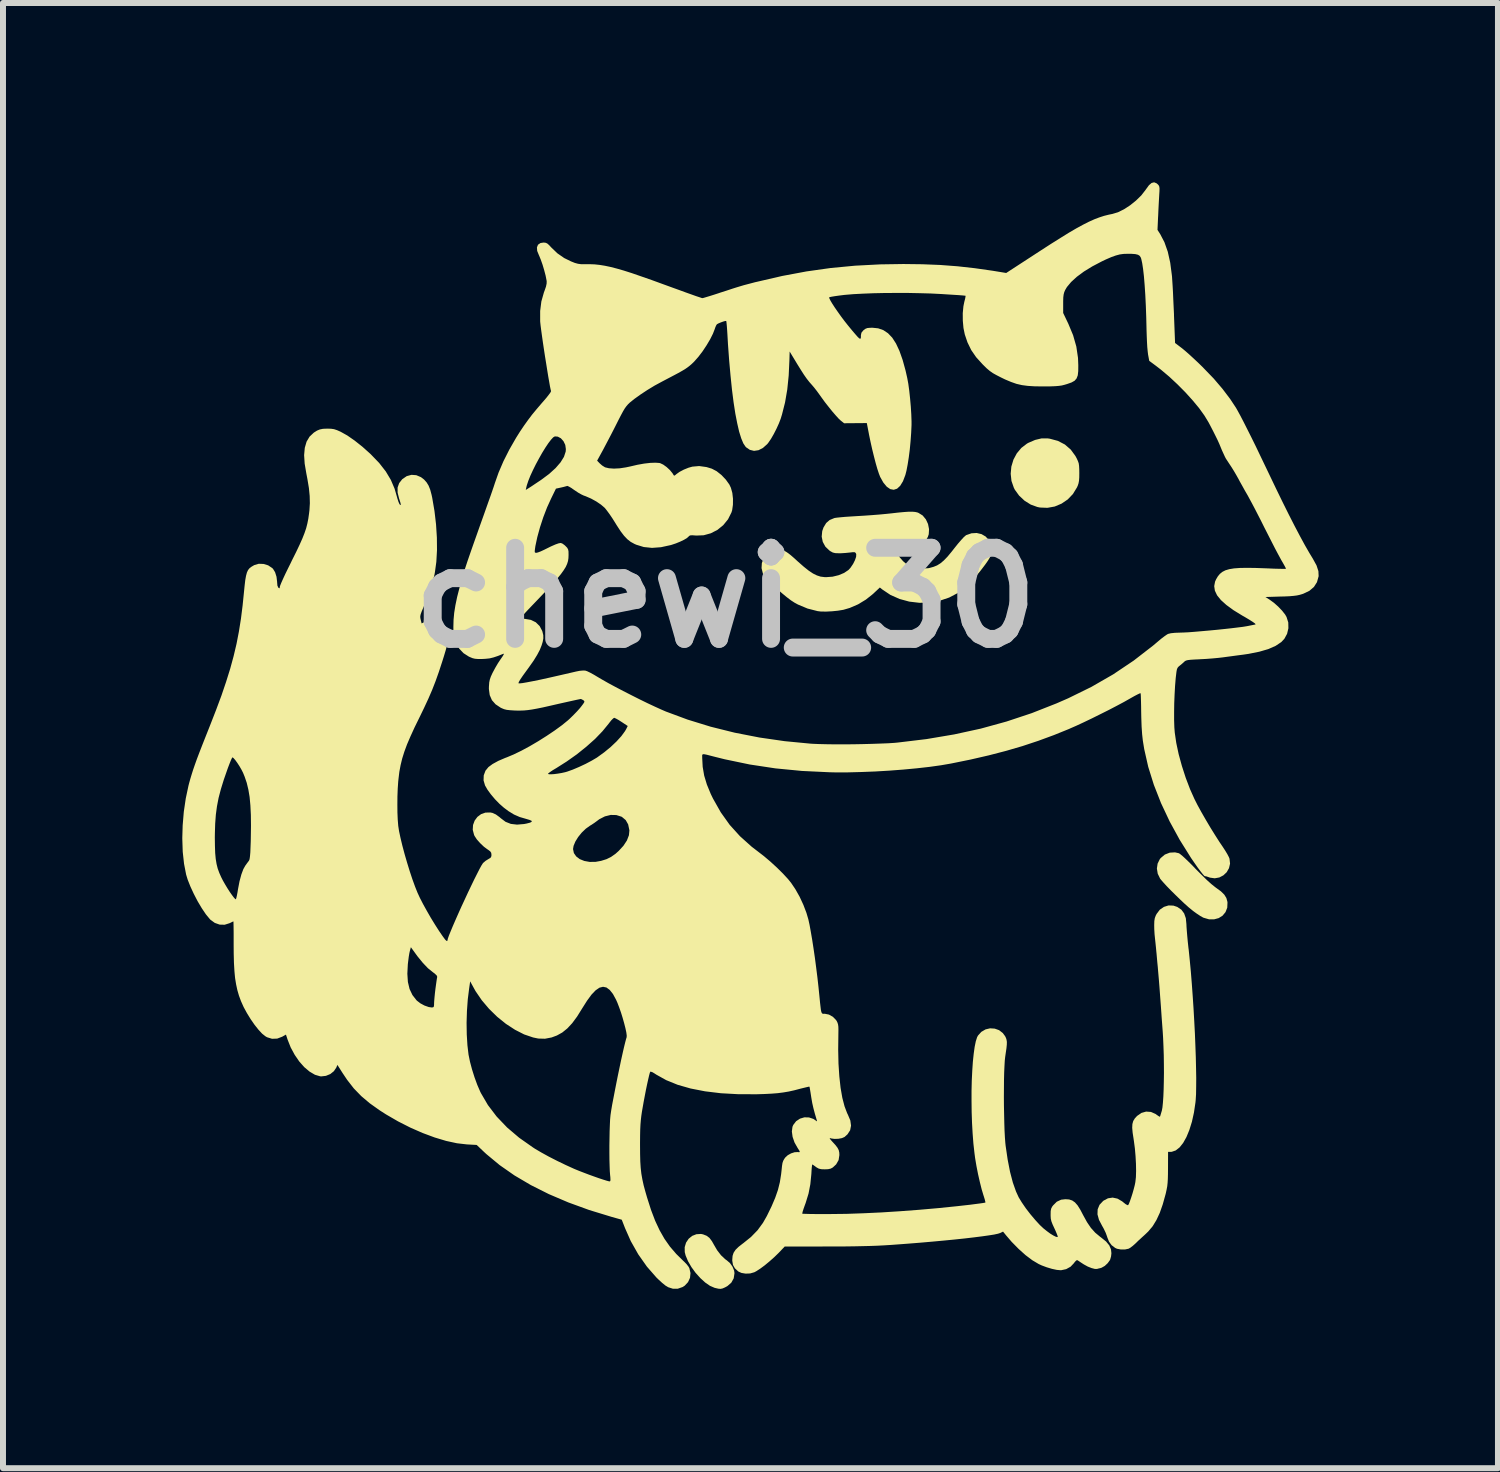
<source format=kicad_pcb>
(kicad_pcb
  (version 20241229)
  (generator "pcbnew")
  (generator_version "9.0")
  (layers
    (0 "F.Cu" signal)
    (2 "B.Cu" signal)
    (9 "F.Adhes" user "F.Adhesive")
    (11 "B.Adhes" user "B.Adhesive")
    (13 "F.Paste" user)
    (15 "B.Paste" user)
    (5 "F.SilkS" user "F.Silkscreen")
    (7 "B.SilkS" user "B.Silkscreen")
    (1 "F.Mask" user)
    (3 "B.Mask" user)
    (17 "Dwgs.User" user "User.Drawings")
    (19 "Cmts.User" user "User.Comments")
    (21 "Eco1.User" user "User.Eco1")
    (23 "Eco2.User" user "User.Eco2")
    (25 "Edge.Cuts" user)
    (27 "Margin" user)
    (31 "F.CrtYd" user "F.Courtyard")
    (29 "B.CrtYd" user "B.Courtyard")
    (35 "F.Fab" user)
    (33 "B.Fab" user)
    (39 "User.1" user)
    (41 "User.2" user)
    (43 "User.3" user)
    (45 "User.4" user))
  (footprint "chewi_30"
    (layer "F.Cu")
    (at 9.088 6.949)
    (property "Reference" "chewi_30" (at 0 0 0) (layer "Dwgs.User") (effects (font (size 1.524 1.524) (thickness 0.3))))
    (attr board_only exclude_from_pos_files exclude_from_bom)
    (fp_poly (pts (xy -0.376 10.652) (xy -0.317 10.675) (xy -0.269 10.711) (xy -0.227 10.767) (xy -0.195 10.824) (xy -0.14 10.918) (xy -0.075 11.002) (xy -0.006 11.067) (xy 0.023 11.088) (xy 0.074 11.132) (xy 0.117 11.193) (xy 0.144 11.258) (xy 0.15 11.301) (xy 0.137 11.388) (xy 0.097 11.46) (xy 0.032 11.517) (xy -0.008 11.539) (xy -0.049 11.557) (xy -0.083 11.564) (xy -0.12 11.561) (xy -0.172 11.549) (xy -0.184 11.546) (xy -0.26 11.513) (xy -0.341 11.457) (xy -0.423 11.382) (xy -0.501 11.295) (xy -0.57 11.2) (xy -0.627 11.102) (xy -0.667 11.007) (xy -0.682 10.949) (xy -0.683 10.866) (xy -0.66 10.79) (xy -0.617 10.726) (xy -0.559 10.678) (xy -0.488 10.65) (xy -0.411 10.645)) (stroke (width 0) (type solid)) (fill yes) (layer "F.SilkS"))
    (fp_poly (pts (xy 5.427 -2.659) (xy 5.561 -2.623) (xy 5.678 -2.562) (xy 5.776 -2.477) (xy 5.854 -2.37) (xy 5.877 -2.327) (xy 5.896 -2.285) (xy 5.909 -2.248) (xy 5.915 -2.205) (xy 5.918 -2.15) (xy 5.919 -2.085) (xy 5.918 -2.01) (xy 5.914 -1.956) (xy 5.906 -1.913) (xy 5.893 -1.874) (xy 5.88 -1.845) (xy 5.812 -1.734) (xy 5.725 -1.643) (xy 5.622 -1.573) (xy 5.508 -1.525) (xy 5.386 -1.503) (xy 5.261 -1.508) (xy 5.217 -1.517) (xy 5.107 -1.557) (xy 5.003 -1.622) (xy 4.912 -1.707) (xy 4.841 -1.805) (xy 4.824 -1.838) (xy 4.784 -1.953) (xy 4.771 -2.073) (xy 4.782 -2.193) (xy 4.817 -2.309) (xy 4.873 -2.414) (xy 4.949 -2.505) (xy 5.043 -2.577) (xy 5.066 -2.59) (xy 5.18 -2.639) (xy 5.285 -2.664) (xy 5.388 -2.665)) (stroke (width 0) (type solid)) (fill yes) (layer "F.SilkS"))
    (fp_poly (pts (xy 7.586 4.276) (xy 7.609 4.292) (xy 7.65 4.326) (xy 7.705 4.377) (xy 7.77 4.44) (xy 7.843 4.514) (xy 7.865 4.538) (xy 7.965 4.638) (xy 8.054 4.725) (xy 8.13 4.793) (xy 8.191 4.842) (xy 8.207 4.854) (xy 8.288 4.913) (xy 8.344 4.968) (xy 8.379 5.024) (xy 8.396 5.085) (xy 8.398 5.101) (xy 8.394 5.187) (xy 8.365 5.261) (xy 8.316 5.32) (xy 8.251 5.361) (xy 8.173 5.382) (xy 8.088 5.381) (xy 7.998 5.355) (xy 7.989 5.351) (xy 7.943 5.325) (xy 7.884 5.286) (xy 7.823 5.242) (xy 7.802 5.225) (xy 7.744 5.177) (xy 7.676 5.116) (xy 7.602 5.046) (xy 7.526 4.972) (xy 7.451 4.898) (xy 7.384 4.829) (xy 7.328 4.768) (xy 7.287 4.721) (xy 7.271 4.701) (xy 7.231 4.618) (xy 7.217 4.532) (xy 7.229 4.449) (xy 7.266 4.374) (xy 7.281 4.356) (xy 7.35 4.298) (xy 7.432 4.266) (xy 7.52 4.261)) (stroke (width 0) (type solid)) (fill yes) (layer "F.SilkS"))
    (fp_poly (pts (xy 7.493 5.152) (xy 7.558 5.174) (xy 7.627 5.221) (xy 7.673 5.283) (xy 7.701 5.363) (xy 7.711 5.464) (xy 7.711 5.47) (xy 7.713 5.513) (xy 7.718 5.579) (xy 7.725 5.663) (xy 7.734 5.759) (xy 7.745 5.861) (xy 7.749 5.89) (xy 7.767 6.067) (xy 7.785 6.257) (xy 7.801 6.457) (xy 7.816 6.664) (xy 7.83 6.875) (xy 7.842 7.086) (xy 7.853 7.294) (xy 7.861 7.496) (xy 7.868 7.689) (xy 7.872 7.87) (xy 7.875 8.035) (xy 7.874 8.182) (xy 7.872 8.307) (xy 7.866 8.406) (xy 7.862 8.446) (xy 7.837 8.614) (xy 7.803 8.768) (xy 7.76 8.906) (xy 7.711 9.025) (xy 7.656 9.123) (xy 7.596 9.198) (xy 7.532 9.248) (xy 7.465 9.271) (xy 7.446 9.272) (xy 7.404 9.272) (xy 7.403 9.546) (xy 7.402 9.648) (xy 7.4 9.728) (xy 7.396 9.792) (xy 7.39 9.848) (xy 7.38 9.901) (xy 7.367 9.961) (xy 7.362 9.981) (xy 7.315 10.15) (xy 7.265 10.293) (xy 7.209 10.413) (xy 7.146 10.516) (xy 7.073 10.603) (xy 7.019 10.655) (xy 6.963 10.706) (xy 6.904 10.76) (xy 6.857 10.806) (xy 6.813 10.845) (xy 6.772 10.876) (xy 6.744 10.892) (xy 6.683 10.905) (xy 6.614 10.905) (xy 6.55 10.893) (xy 6.519 10.879) (xy 6.458 10.832) (xy 6.416 10.774) (xy 6.385 10.696) (xy 6.384 10.69) (xy 6.361 10.627) (xy 6.328 10.558) (xy 6.301 10.51) (xy 6.248 10.409) (xy 6.223 10.317) (xy 6.226 10.233) (xy 6.257 10.158) (xy 6.316 10.095) (xy 6.323 10.089) (xy 6.398 10.049) (xy 6.477 10.037) (xy 6.557 10.054) (xy 6.636 10.1) (xy 6.653 10.114) (xy 6.693 10.146) (xy 6.724 10.163) (xy 6.736 10.163) (xy 6.749 10.14) (xy 6.767 10.094) (xy 6.788 10.033) (xy 6.81 9.964) (xy 6.83 9.893) (xy 6.847 9.827) (xy 6.857 9.776) (xy 6.866 9.695) (xy 6.869 9.592) (xy 6.867 9.473) (xy 6.86 9.346) (xy 6.849 9.217) (xy 6.833 9.095) (xy 6.827 9.054) (xy 6.811 8.95) (xy 6.804 8.87) (xy 6.807 8.807) (xy 6.821 8.756) (xy 6.847 8.713) (xy 6.886 8.67) (xy 6.888 8.669) (xy 6.959 8.62) (xy 7.037 8.598) (xy 7.118 8.604) (xy 7.195 8.638) (xy 7.211 8.65) (xy 7.244 8.673) (xy 7.265 8.684) (xy 7.268 8.684) (xy 7.274 8.668) (xy 7.285 8.631) (xy 7.3 8.582) (xy 7.31 8.528) (xy 7.318 8.448) (xy 7.325 8.347) (xy 7.33 8.227) (xy 7.333 8.094) (xy 7.335 7.952) (xy 7.334 7.804) (xy 7.332 7.654) (xy 7.327 7.508) (xy 7.321 7.368) (xy 7.315 7.269) (xy 7.298 7.04) (xy 7.284 6.839) (xy 7.271 6.665) (xy 7.26 6.516) (xy 7.25 6.391) (xy 7.241 6.288) (xy 7.234 6.207) (xy 7.232 6.181) (xy 7.224 6.102) (xy 7.217 6.022) (xy 7.211 5.953) (xy 7.208 5.926) (xy 7.202 5.86) (xy 7.194 5.782) (xy 7.186 5.709) (xy 7.178 5.631) (xy 7.173 5.546) (xy 7.172 5.476) (xy 7.174 5.41) (xy 7.182 5.361) (xy 7.198 5.318) (xy 7.213 5.29) (xy 7.266 5.22) (xy 7.335 5.173) (xy 7.412 5.149)) (stroke (width 0) (type solid)) (fill yes) (layer "F.SilkS"))
    (fp_poly (pts (xy 3.172 -1.434) (xy 3.209 -1.426) (xy 3.229 -1.418) (xy 3.298 -1.375) (xy 3.352 -1.31) (xy 3.388 -1.232) (xy 3.405 -1.146) (xy 3.4 -1.061) (xy 3.385 -1.016) (xy 3.362 -0.977) (xy 3.326 -0.934) (xy 3.305 -0.913) (xy 3.252 -0.875) (xy 3.19 -0.849) (xy 3.112 -0.833) (xy 3.012 -0.826) (xy 2.962 -0.825) (xy 2.905 -0.824) (xy 2.861 -0.822) (xy 2.838 -0.819) (xy 2.836 -0.817) (xy 2.842 -0.8) (xy 2.858 -0.766) (xy 2.866 -0.749) (xy 2.912 -0.677) (xy 2.971 -0.61) (xy 3.033 -0.557) (xy 3.063 -0.539) (xy 3.134 -0.513) (xy 3.221 -0.495) (xy 3.312 -0.488) (xy 3.392 -0.493) (xy 3.413 -0.497) (xy 3.481 -0.516) (xy 3.54 -0.54) (xy 3.596 -0.575) (xy 3.652 -0.622) (xy 3.713 -0.685) (xy 3.782 -0.768) (xy 3.833 -0.833) (xy 3.889 -0.903) (xy 3.941 -0.963) (xy 3.985 -1.011) (xy 4.018 -1.04) (xy 4.026 -1.046) (xy 4.115 -1.077) (xy 4.202 -1.082) (xy 4.283 -1.063) (xy 4.353 -1.022) (xy 4.407 -0.961) (xy 4.443 -0.884) (xy 4.455 -0.795) (xy 4.452 -0.756) (xy 4.442 -0.716) (xy 4.422 -0.671) (xy 4.389 -0.617) (xy 4.342 -0.55) (xy 4.278 -0.466) (xy 4.256 -0.438) (xy 4.166 -0.328) (xy 4.086 -0.24) (xy 4.01 -0.169) (xy 3.933 -0.109) (xy 3.892 -0.081) (xy 3.742 -0.002) (xy 3.581 0.052) (xy 3.413 0.082) (xy 3.243 0.086) (xy 3.074 0.066) (xy 2.912 0.022) (xy 2.759 -0.046) (xy 2.623 -0.137) (xy 2.582 -0.17) (xy 2.466 -0.061) (xy 2.349 0.032) (xy 2.217 0.112) (xy 2.078 0.172) (xy 1.972 0.203) (xy 1.881 0.218) (xy 1.781 0.228) (xy 1.683 0.233) (xy 1.596 0.232) (xy 1.54 0.225) (xy 1.372 0.182) (xy 1.212 0.115) (xy 1.155 0.084) (xy 1.095 0.045) (xy 1.025 -0.008) (xy 0.95 -0.07) (xy 0.873 -0.137) (xy 0.799 -0.205) (xy 0.733 -0.27) (xy 0.679 -0.329) (xy 0.641 -0.377) (xy 0.625 -0.404) (xy 0.603 -0.494) (xy 0.608 -0.579) (xy 0.636 -0.655) (xy 0.684 -0.72) (xy 0.749 -0.767) (xy 0.828 -0.795) (xy 0.917 -0.798) (xy 0.951 -0.793) (xy 0.98 -0.784) (xy 1.01 -0.77) (xy 1.046 -0.746) (xy 1.091 -0.711) (xy 1.15 -0.66) (xy 1.211 -0.604) (xy 1.309 -0.518) (xy 1.392 -0.452) (xy 1.464 -0.404) (xy 1.529 -0.372) (xy 1.591 -0.352) (xy 1.656 -0.344) (xy 1.683 -0.343) (xy 1.791 -0.351) (xy 1.893 -0.376) (xy 1.984 -0.414) (xy 2.057 -0.463) (xy 2.09 -0.499) (xy 2.134 -0.564) (xy 2.166 -0.628) (xy 2.185 -0.684) (xy 2.187 -0.726) (xy 2.185 -0.734) (xy 2.174 -0.752) (xy 2.159 -0.761) (xy 2.13 -0.761) (xy 2.08 -0.755) (xy 2.079 -0.755) (xy 2.009 -0.748) (xy 1.932 -0.743) (xy 1.895 -0.743) (xy 1.837 -0.745) (xy 1.795 -0.755) (xy 1.755 -0.777) (xy 1.739 -0.788) (xy 1.671 -0.853) (xy 1.627 -0.933) (xy 1.609 -1.021) (xy 1.618 -1.114) (xy 1.639 -1.174) (xy 1.684 -1.249) (xy 1.742 -1.299) (xy 1.819 -1.331) (xy 1.831 -1.334) (xy 1.867 -1.339) (xy 1.926 -1.345) (xy 2.004 -1.352) (xy 2.095 -1.358) (xy 2.192 -1.364) (xy 2.208 -1.365) (xy 2.324 -1.372) (xy 2.451 -1.381) (xy 2.578 -1.391) (xy 2.694 -1.402) (xy 2.77 -1.41) (xy 2.894 -1.424) (xy 2.991 -1.433) (xy 3.068 -1.438) (xy 3.127 -1.438)) (stroke (width 0) (type solid)) (fill yes) (layer "F.SilkS"))
    (fp_poly (pts (xy 7.212 -6.932) (xy 7.233 -6.914) (xy 7.248 -6.897) (xy 7.257 -6.877) (xy 7.261 -6.848) (xy 7.26 -6.802) (xy 7.256 -6.738) (xy 7.252 -6.667) (xy 7.247 -6.577) (xy 7.242 -6.479) (xy 7.238 -6.384) (xy 7.237 -6.373) (xy 7.227 -6.153) (xy 7.273 -6.081) (xy 7.343 -5.947) (xy 7.399 -5.788) (xy 7.44 -5.604) (xy 7.467 -5.398) (xy 7.47 -5.371) (xy 7.474 -5.307) (xy 7.48 -5.218) (xy 7.486 -5.112) (xy 7.491 -4.992) (xy 7.497 -4.867) (xy 7.503 -4.74) (xy 7.503 -4.722) (xy 7.521 -4.261) (xy 7.643 -4.168) (xy 7.691 -4.128) (xy 7.755 -4.072) (xy 7.829 -4.004) (xy 7.908 -3.93) (xy 7.986 -3.854) (xy 7.998 -3.841) (xy 8.168 -3.665) (xy 8.314 -3.494) (xy 8.442 -3.325) (xy 8.54 -3.177) (xy 8.57 -3.124) (xy 8.612 -3.047) (xy 8.664 -2.947) (xy 8.724 -2.828) (xy 8.793 -2.691) (xy 8.868 -2.539) (xy 8.947 -2.374) (xy 9.031 -2.199) (xy 9.101 -2.053) (xy 9.213 -1.819) (xy 9.321 -1.597) (xy 9.424 -1.39) (xy 9.521 -1.2) (xy 9.611 -1.029) (xy 9.693 -0.878) (xy 9.766 -0.751) (xy 9.828 -0.649) (xy 9.83 -0.645) (xy 9.888 -0.539) (xy 9.919 -0.444) (xy 9.923 -0.36) (xy 9.922 -0.356) (xy 9.895 -0.259) (xy 9.844 -0.179) (xy 9.769 -0.115) (xy 9.669 -0.067) (xy 9.649 -0.06) (xy 9.605 -0.047) (xy 9.559 -0.037) (xy 9.504 -0.03) (xy 9.435 -0.024) (xy 9.345 -0.02) (xy 9.291 -0.019) (xy 9.032 -0.011) (xy 9.102 0.033) (xy 9.175 0.086) (xy 9.247 0.15) (xy 9.312 0.218) (xy 9.363 0.283) (xy 9.386 0.323) (xy 9.415 0.415) (xy 9.417 0.512) (xy 9.395 0.605) (xy 9.349 0.689) (xy 9.298 0.743) (xy 9.204 0.806) (xy 9.082 0.86) (xy 8.931 0.904) (xy 8.752 0.94) (xy 8.664 0.953) (xy 8.571 0.965) (xy 8.468 0.979) (xy 8.37 0.992) (xy 8.319 0.999) (xy 8.24 1.008) (xy 8.142 1.017) (xy 8.038 1.025) (xy 7.94 1.03) (xy 7.931 1.031) (xy 7.843 1.035) (xy 7.781 1.039) (xy 7.737 1.044) (xy 7.709 1.051) (xy 7.689 1.06) (xy 7.676 1.071) (xy 7.642 1.102) (xy 7.601 1.136) (xy 7.596 1.14) (xy 7.575 1.158) (xy 7.561 1.177) (xy 7.551 1.203) (xy 7.544 1.242) (xy 7.537 1.301) (xy 7.532 1.343) (xy 7.521 1.476) (xy 7.513 1.62) (xy 7.507 1.768) (xy 7.505 1.914) (xy 7.505 2.05) (xy 7.509 2.17) (xy 7.516 2.258) (xy 7.541 2.43) (xy 7.581 2.618) (xy 7.635 2.815) (xy 7.699 3.013) (xy 7.772 3.205) (xy 7.845 3.368) (xy 7.895 3.467) (xy 7.959 3.584) (xy 8.032 3.711) (xy 8.11 3.843) (xy 8.19 3.972) (xy 8.266 4.091) (xy 8.319 4.169) (xy 8.36 4.232) (xy 8.396 4.292) (xy 8.422 4.342) (xy 8.432 4.368) (xy 8.441 4.45) (xy 8.423 4.526) (xy 8.385 4.593) (xy 8.33 4.645) (xy 8.262 4.681) (xy 8.185 4.695) (xy 8.105 4.684) (xy 8.08 4.675) (xy 8.045 4.663) (xy 8.024 4.66) (xy 8.022 4.661) (xy 8.009 4.653) (xy 7.983 4.624) (xy 7.945 4.576) (xy 7.898 4.513) (xy 7.845 4.437) (xy 7.789 4.356) (xy 7.599 4.052) (xy 7.431 3.745) (xy 7.286 3.437) (xy 7.166 3.131) (xy 7.072 2.83) (xy 7.005 2.534) (xy 6.982 2.393) (xy 6.97 2.285) (xy 6.961 2.154) (xy 6.956 2.006) (xy 6.954 1.909) (xy 6.953 1.817) (xy 6.951 1.735) (xy 6.949 1.668) (xy 6.947 1.622) (xy 6.944 1.599) (xy 6.944 1.598) (xy 6.929 1.602) (xy 6.893 1.619) (xy 6.841 1.646) (xy 6.779 1.681) (xy 6.765 1.689) (xy 6.666 1.745) (xy 6.546 1.809) (xy 6.412 1.879) (xy 6.27 1.95) (xy 6.127 2.021) (xy 5.989 2.087) (xy 5.864 2.145) (xy 5.756 2.192) (xy 5.756 2.193) (xy 5.494 2.299) (xy 5.233 2.395) (xy 4.968 2.483) (xy 4.694 2.563) (xy 4.405 2.638) (xy 4.097 2.709) (xy 3.773 2.775) (xy 3.605 2.804) (xy 3.412 2.831) (xy 3.199 2.855) (xy 2.974 2.876) (xy 2.74 2.894) (xy 2.503 2.908) (xy 2.269 2.917) (xy 2.043 2.923) (xy 1.83 2.923) (xy 1.742 2.921) (xy 1.279 2.899) (xy 0.835 2.856) (xy 0.405 2.791) (xy -0.012 2.704) (xy -0.165 2.666) (xy -0.251 2.644) (xy -0.312 2.628) (xy -0.352 2.62) (xy -0.376 2.619) (xy -0.387 2.626) (xy -0.391 2.641) (xy -0.39 2.665) (xy -0.39 2.682) (xy -0.382 2.831) (xy -0.357 2.977) (xy -0.312 3.126) (xy -0.247 3.284) (xy -0.209 3.362) (xy -0.079 3.592) (xy 0.07 3.801) (xy 0.242 3.991) (xy 0.437 4.166) (xy 0.532 4.239) (xy 0.641 4.323) (xy 0.752 4.417) (xy 0.861 4.517) (xy 0.961 4.616) (xy 1.046 4.708) (xy 1.097 4.771) (xy 1.169 4.878) (xy 1.24 5.004) (xy 1.303 5.14) (xy 1.354 5.274) (xy 1.386 5.383) (xy 1.406 5.474) (xy 1.427 5.59) (xy 1.45 5.724) (xy 1.473 5.873) (xy 1.496 6.031) (xy 1.517 6.192) (xy 1.537 6.351) (xy 1.554 6.502) (xy 1.561 6.57) (xy 1.573 6.688) (xy 1.582 6.78) (xy 1.59 6.849) (xy 1.596 6.898) (xy 1.603 6.93) (xy 1.611 6.949) (xy 1.621 6.959) (xy 1.633 6.962) (xy 1.649 6.962) (xy 1.66 6.961) (xy 1.73 6.975) (xy 1.796 7.012) (xy 1.849 7.066) (xy 1.86 7.083) (xy 1.874 7.112) (xy 1.883 7.142) (xy 1.888 7.18) (xy 1.889 7.232) (xy 1.888 7.307) (xy 1.888 7.31) (xy 1.885 7.563) (xy 1.89 7.796) (xy 1.904 8.009) (xy 1.925 8.2) (xy 1.954 8.367) (xy 1.991 8.509) (xy 2.034 8.623) (xy 2.047 8.649) (xy 2.088 8.746) (xy 2.1 8.833) (xy 2.085 8.91) (xy 2.041 8.978) (xy 1.991 9.023) (xy 1.947 9.042) (xy 1.887 9.053) (xy 1.822 9.055) (xy 1.765 9.047) (xy 1.748 9.041) (xy 1.742 9.043) (xy 1.754 9.063) (xy 1.783 9.097) (xy 1.787 9.101) (xy 1.84 9.159) (xy 1.874 9.204) (xy 1.894 9.243) (xy 1.903 9.283) (xy 1.905 9.325) (xy 1.892 9.409) (xy 1.851 9.481) (xy 1.795 9.533) (xy 1.76 9.552) (xy 1.715 9.562) (xy 1.659 9.564) (xy 1.601 9.562) (xy 1.56 9.552) (xy 1.525 9.533) (xy 1.511 9.523) (xy 1.477 9.498) (xy 1.455 9.484) (xy 1.451 9.482) (xy 1.448 9.496) (xy 1.443 9.534) (xy 1.439 9.589) (xy 1.436 9.643) (xy 1.419 9.813) (xy 1.389 9.969) (xy 1.341 10.126) (xy 1.327 10.164) (xy 1.306 10.223) (xy 1.291 10.27) (xy 1.284 10.3) (xy 1.284 10.306) (xy 1.301 10.308) (xy 1.343 10.309) (xy 1.409 10.311) (xy 1.493 10.312) (xy 1.593 10.312) (xy 1.705 10.312) (xy 1.767 10.312) (xy 2.026 10.309) (xy 2.309 10.299) (xy 2.609 10.285) (xy 2.922 10.265) (xy 3.24 10.241) (xy 3.559 10.213) (xy 3.872 10.181) (xy 4.095 10.156) (xy 4.178 10.145) (xy 4.249 10.136) (xy 4.305 10.128) (xy 4.339 10.122) (xy 4.348 10.12) (xy 4.346 10.104) (xy 4.337 10.067) (xy 4.321 10.015) (xy 4.315 9.997) (xy 4.285 9.897) (xy 4.255 9.777) (xy 4.225 9.645) (xy 4.198 9.508) (xy 4.176 9.377) (xy 4.165 9.293) (xy 4.147 9.132) (xy 4.134 8.962) (xy 4.124 8.785) (xy 4.118 8.605) (xy 4.116 8.425) (xy 4.116 8.248) (xy 4.12 8.077) (xy 4.128 7.915) (xy 4.138 7.766) (xy 4.152 7.632) (xy 4.168 7.516) (xy 4.187 7.423) (xy 4.209 7.354) (xy 4.224 7.326) (xy 4.28 7.264) (xy 4.35 7.223) (xy 4.426 7.205) (xy 4.504 7.21) (xy 4.577 7.236) (xy 4.639 7.284) (xy 4.678 7.337) (xy 4.693 7.368) (xy 4.702 7.398) (xy 4.707 7.433) (xy 4.706 7.478) (xy 4.7 7.538) (xy 4.688 7.62) (xy 4.679 7.682) (xy 4.672 7.745) (xy 4.667 7.833) (xy 4.662 7.943) (xy 4.659 8.069) (xy 4.658 8.206) (xy 4.657 8.351) (xy 4.658 8.499) (xy 4.661 8.645) (xy 4.664 8.785) (xy 4.668 8.914) (xy 4.674 9.027) (xy 4.681 9.12) (xy 4.686 9.167) (xy 4.72 9.4) (xy 4.76 9.606) (xy 4.807 9.785) (xy 4.86 9.935) (xy 4.905 10.033) (xy 4.957 10.118) (xy 5.024 10.216) (xy 5.102 10.317) (xy 5.184 10.414) (xy 5.263 10.5) (xy 5.266 10.502) (xy 5.319 10.552) (xy 5.378 10.599) (xy 5.435 10.641) (xy 5.488 10.673) (xy 5.529 10.693) (xy 5.555 10.697) (xy 5.558 10.695) (xy 5.556 10.679) (xy 5.542 10.642) (xy 5.52 10.59) (xy 5.503 10.553) (xy 5.472 10.486) (xy 5.452 10.434) (xy 5.442 10.39) (xy 5.439 10.342) (xy 5.439 10.321) (xy 5.44 10.263) (xy 5.448 10.222) (xy 5.465 10.188) (xy 5.481 10.167) (xy 5.542 10.106) (xy 5.615 10.072) (xy 5.686 10.064) (xy 5.748 10.068) (xy 5.8 10.085) (xy 5.846 10.117) (xy 5.89 10.167) (xy 5.936 10.24) (xy 5.983 10.33) (xy 6.048 10.448) (xy 6.113 10.544) (xy 6.185 10.624) (xy 6.268 10.693) (xy 6.287 10.707) (xy 6.367 10.772) (xy 6.42 10.836) (xy 6.449 10.903) (xy 6.456 10.968) (xy 6.45 11.022) (xy 6.436 11.071) (xy 6.431 11.083) (xy 6.394 11.134) (xy 6.345 11.18) (xy 6.292 11.21) (xy 6.274 11.216) (xy 6.238 11.224) (xy 6.217 11.23) (xy 6.178 11.23) (xy 6.124 11.216) (xy 6.061 11.191) (xy 5.999 11.157) (xy 5.989 11.151) (xy 5.943 11.121) (xy 5.906 11.096) (xy 5.887 11.084) (xy 5.868 11.088) (xy 5.842 11.116) (xy 5.829 11.134) (xy 5.773 11.193) (xy 5.699 11.234) (xy 5.615 11.252) (xy 5.603 11.252) (xy 5.54 11.246) (xy 5.461 11.229) (xy 5.374 11.203) (xy 5.291 11.172) (xy 5.239 11.148) (xy 5.133 11.085) (xy 5.02 11) (xy 4.903 10.895) (xy 4.787 10.777) (xy 4.695 10.67) (xy 4.643 10.606) (xy 4.596 10.629) (xy 4.559 10.641) (xy 4.495 10.655) (xy 4.406 10.669) (xy 4.293 10.685) (xy 4.159 10.702) (xy 4.006 10.72) (xy 3.836 10.738) (xy 3.652 10.756) (xy 3.456 10.774) (xy 3.25 10.792) (xy 3.036 10.809) (xy 2.888 10.82) (xy 2.766 10.829) (xy 2.65 10.836) (xy 2.537 10.842) (xy 2.421 10.846) (xy 2.298 10.849) (xy 2.162 10.852) (xy 2.009 10.854) (xy 1.834 10.855) (xy 1.714 10.855) (xy 0.99 10.856) (xy 0.889 10.962) (xy 0.816 11.033) (xy 0.736 11.104) (xy 0.655 11.171) (xy 0.579 11.227) (xy 0.514 11.269) (xy 0.482 11.286) (xy 0.412 11.306) (xy 0.336 11.309) (xy 0.266 11.297) (xy 0.214 11.273) (xy 0.157 11.22) (xy 0.125 11.164) (xy 0.113 11.094) (xy 0.113 11.075) (xy 0.118 11.012) (xy 0.135 10.96) (xy 0.167 10.911) (xy 0.218 10.861) (xy 0.292 10.803) (xy 0.293 10.803) (xy 0.426 10.696) (xy 0.535 10.584) (xy 0.626 10.46) (xy 0.692 10.344) (xy 0.77 10.184) (xy 0.831 10.041) (xy 0.877 9.909) (xy 0.909 9.78) (xy 0.93 9.648) (xy 0.938 9.578) (xy 0.945 9.508) (xy 0.953 9.458) (xy 0.965 9.422) (xy 0.983 9.39) (xy 0.999 9.367) (xy 1.041 9.328) (xy 1.097 9.297) (xy 1.156 9.278) (xy 1.207 9.275) (xy 1.234 9.278) (xy 1.243 9.271) (xy 1.233 9.248) (xy 1.207 9.208) (xy 1.154 9.114) (xy 1.122 9.02) (xy 1.11 8.931) (xy 1.12 8.853) (xy 1.133 8.822) (xy 1.181 8.759) (xy 1.246 8.716) (xy 1.32 8.694) (xy 1.397 8.696) (xy 1.471 8.721) (xy 1.506 8.745) (xy 1.527 8.761) (xy 1.53 8.754) (xy 1.526 8.739) (xy 1.494 8.63) (xy 1.47 8.539) (xy 1.451 8.455) (xy 1.436 8.369) (xy 1.432 8.343) (xy 1.422 8.278) (xy 1.413 8.225) (xy 1.407 8.191) (xy 1.404 8.181) (xy 1.389 8.182) (xy 1.351 8.191) (xy 1.297 8.204) (xy 1.256 8.214) (xy 1.15 8.242) (xy 1.055 8.263) (xy 0.965 8.278) (xy 0.872 8.29) (xy 0.769 8.298) (xy 0.65 8.304) (xy 0.521 8.308) (xy 0.211 8.307) (xy -0.077 8.291) (xy -0.342 8.259) (xy -0.583 8.212) (xy -0.8 8.15) (xy -0.992 8.072) (xy -1.159 7.979) (xy -1.183 7.963) (xy -1.221 7.94) (xy -1.25 7.93) (xy -1.259 7.931) (xy -1.267 7.951) (xy -1.279 7.996) (xy -1.294 8.061) (xy -1.312 8.142) (xy -1.331 8.233) (xy -1.35 8.332) (xy -1.369 8.432) (xy -1.386 8.529) (xy -1.398 8.597) (xy -1.409 8.672) (xy -1.417 8.743) (xy -1.423 8.816) (xy -1.427 8.898) (xy -1.429 8.995) (xy -1.43 9.114) (xy -1.43 9.159) (xy -1.429 9.307) (xy -1.426 9.432) (xy -1.419 9.54) (xy -1.408 9.638) (xy -1.391 9.734) (xy -1.369 9.834) (xy -1.339 9.944) (xy -1.312 10.037) (xy -1.246 10.244) (xy -1.177 10.425) (xy -1.102 10.585) (xy -1.021 10.727) (xy -0.929 10.858) (xy -0.824 10.98) (xy -0.704 11.098) (xy -0.692 11.109) (xy -0.651 11.151) (xy -0.618 11.194) (xy -0.605 11.218) (xy -0.586 11.299) (xy -0.594 11.379) (xy -0.627 11.451) (xy -0.682 11.51) (xy -0.72 11.534) (xy -0.8 11.562) (xy -0.879 11.562) (xy -0.96 11.536) (xy -1.003 11.51) (xy -1.059 11.465) (xy -1.123 11.406) (xy -1.155 11.375) (xy -1.315 11.192) (xy -1.46 10.986) (xy -1.585 10.765) (xy -1.681 10.548) (xy -1.736 10.407) (xy -1.907 10.359) (xy -2.28 10.245) (xy -2.629 10.118) (xy -2.955 9.979) (xy -3.256 9.828) (xy -3.531 9.666) (xy -3.779 9.493) (xy -4.001 9.309) (xy -4.04 9.273) (xy -4.163 9.156) (xy -4.328 9.147) (xy -4.493 9.128) (xy -4.673 9.089) (xy -4.866 9.031) (xy -5.068 8.956) (xy -5.273 8.866) (xy -5.478 8.762) (xy -5.68 8.645) (xy -5.786 8.577) (xy -5.952 8.459) (xy -6.094 8.339) (xy -6.219 8.21) (xy -6.331 8.066) (xy -6.408 7.951) (xy -6.493 7.817) (xy -6.512 7.862) (xy -6.552 7.922) (xy -6.612 7.97) (xy -6.685 8) (xy -6.762 8.009) (xy -6.781 8.008) (xy -6.869 7.982) (xy -6.959 7.929) (xy -7.048 7.854) (xy -7.132 7.759) (xy -7.208 7.648) (xy -7.275 7.524) (xy -7.328 7.39) (xy -7.329 7.386) (xy -7.354 7.31) (xy -7.416 7.345) (xy -7.5 7.377) (xy -7.587 7.38) (xy -7.671 7.354) (xy -7.698 7.338) (xy -7.753 7.294) (xy -7.814 7.228) (xy -7.88 7.145) (xy -7.902 7.113) (xy -4.332 7.113) (xy -4.329 7.307) (xy -4.318 7.488) (xy -4.299 7.648) (xy -4.298 7.652) (xy -4.275 7.764) (xy -4.241 7.892) (xy -4.199 8.025) (xy -4.153 8.151) (xy -4.105 8.262) (xy -4.093 8.287) (xy -3.975 8.489) (xy -3.829 8.681) (xy -3.654 8.864) (xy -3.453 9.035) (xy -3.224 9.196) (xy -3.189 9.219) (xy -3.082 9.282) (xy -2.955 9.352) (xy -2.816 9.423) (xy -2.675 9.491) (xy -2.539 9.553) (xy -2.513 9.564) (xy -2.447 9.591) (xy -2.369 9.621) (xy -2.285 9.653) (xy -2.199 9.684) (xy -2.117 9.713) (xy -2.044 9.737) (xy -1.986 9.755) (xy -1.948 9.765) (xy -1.938 9.766) (xy -1.928 9.76) (xy -1.925 9.739) (xy -1.927 9.695) (xy -1.931 9.658) (xy -1.936 9.594) (xy -1.939 9.508) (xy -1.942 9.403) (xy -1.943 9.287) (xy -1.943 9.166) (xy -1.941 9.043) (xy -1.939 8.926) (xy -1.935 8.82) (xy -1.931 8.731) (xy -1.925 8.665) (xy -1.923 8.649) (xy -1.912 8.575) (xy -1.896 8.481) (xy -1.875 8.372) (xy -1.852 8.252) (xy -1.827 8.125) (xy -1.801 7.995) (xy -1.774 7.866) (xy -1.748 7.742) (xy -1.723 7.629) (xy -1.7 7.528) (xy -1.68 7.446) (xy -1.664 7.385) (xy -1.654 7.353) (xy -1.653 7.323) (xy -1.66 7.271) (xy -1.675 7.201) (xy -1.696 7.119) (xy -1.721 7.03) (xy -1.749 6.94) (xy -1.779 6.855) (xy -1.808 6.779) (xy -1.831 6.727) (xy -1.883 6.631) (xy -1.937 6.563) (xy -1.992 6.522) (xy -2.049 6.51) (xy -2.109 6.525) (xy -2.173 6.569) (xy -2.242 6.641) (xy -2.316 6.742) (xy -2.397 6.87) (xy -2.483 7.008) (xy -2.565 7.119) (xy -2.647 7.207) (xy -2.731 7.275) (xy -2.821 7.325) (xy -2.91 7.358) (xy -3.02 7.379) (xy -3.132 7.376) (xy -3.219 7.358) (xy -3.369 7.307) (xy -3.522 7.229) (xy -3.674 7.13) (xy -3.82 7.012) (xy -3.956 6.879) (xy -4.078 6.735) (xy -4.182 6.583) (xy -4.213 6.527) (xy -4.272 6.419) (xy -4.289 6.537) (xy -4.312 6.72) (xy -4.326 6.915) (xy -4.332 7.113) (xy -7.902 7.113) (xy -7.945 7.051) (xy -8.007 6.95) (xy -8.062 6.849) (xy -8.105 6.753) (xy -8.106 6.751) (xy -8.14 6.659) (xy -8.167 6.566) (xy -8.188 6.469) (xy -8.205 6.364) (xy -8.212 6.292) (xy -5.323 6.292) (xy -5.314 6.429) (xy -5.286 6.547) (xy -5.238 6.648) (xy -5.171 6.734) (xy -5.162 6.743) (xy -5.105 6.787) (xy -5.036 6.824) (xy -4.965 6.849) (xy -4.917 6.856) (xy -4.892 6.854) (xy -4.88 6.842) (xy -4.876 6.811) (xy -4.876 6.79) (xy -4.874 6.751) (xy -4.869 6.692) (xy -4.862 6.62) (xy -4.853 6.544) (xy -4.843 6.471) (xy -4.834 6.407) (xy -4.827 6.362) (xy -4.823 6.345) (xy -4.831 6.322) (xy -4.865 6.289) (xy -4.899 6.264) (xy -4.978 6.2) (xy -5.063 6.111) (xy -5.156 5.997) (xy -5.195 5.943) (xy -5.264 5.848) (xy -5.28 5.906) (xy -5.289 5.945) (xy -5.299 6.004) (xy -5.308 6.076) (xy -5.315 6.133) (xy -5.323 6.292) (xy -8.212 6.292) (xy -8.216 6.246) (xy -8.224 6.11) (xy -8.228 5.953) (xy -8.229 5.81) (xy -8.229 5.705) (xy -8.229 5.61) (xy -8.23 5.53) (xy -8.231 5.468) (xy -8.232 5.429) (xy -8.233 5.416) (xy -8.248 5.422) (xy -8.28 5.438) (xy -8.297 5.446) (xy -8.379 5.472) (xy -8.463 5.47) (xy -8.545 5.441) (xy -8.619 5.387) (xy -8.629 5.376) (xy -8.694 5.297) (xy -8.762 5.196) (xy -8.831 5.08) (xy -8.895 4.957) (xy -8.952 4.834) (xy -8.998 4.718) (xy -9.024 4.633) (xy -9.059 4.452) (xy -9.081 4.251) (xy -9.088 4.035) (xy -9.088 4.013) (xy -8.544 4.013) (xy -8.542 4.155) (xy -8.538 4.272) (xy -8.529 4.37) (xy -8.515 4.455) (xy -8.496 4.531) (xy -8.469 4.605) (xy -8.437 4.677) (xy -8.408 4.734) (xy -8.372 4.797) (xy -8.333 4.862) (xy -8.293 4.924) (xy -8.255 4.978) (xy -8.224 5.019) (xy -8.201 5.043) (xy -8.192 5.046) (xy -8.185 5.027) (xy -8.175 4.985) (xy -8.164 4.927) (xy -8.157 4.882) (xy -8.131 4.746) (xy -8.1 4.631) (xy -8.067 4.542) (xy -8.035 4.485) (xy -8.005 4.443) (xy -7.978 4.407) (xy -7.974 4.402) (xy -7.966 4.386) (xy -7.96 4.359) (xy -7.955 4.319) (xy -7.95 4.261) (xy -7.947 4.182) (xy -7.943 4.079) (xy -7.942 4.026) (xy -7.939 3.818) (xy -7.941 3.635) (xy -7.949 3.475) (xy -7.962 3.334) (xy -7.983 3.21) (xy -8.01 3.098) (xy -8.045 2.995) (xy -8.072 2.929) (xy -8.099 2.876) (xy -8.132 2.819) (xy -8.168 2.764) (xy -8.202 2.717) (xy -8.231 2.684) (xy -8.249 2.671) (xy -8.249 2.671) (xy -8.258 2.684) (xy -8.275 2.72) (xy -8.297 2.775) (xy -8.323 2.843) (xy -8.332 2.868) (xy -8.394 3.046) (xy -8.443 3.205) (xy -8.481 3.35) (xy -8.508 3.49) (xy -8.527 3.631) (xy -8.538 3.78) (xy -8.543 3.943) (xy -8.544 4.013) (xy -9.088 4.013) (xy -9.082 3.81) (xy -9.063 3.582) (xy -9.03 3.358) (xy -8.984 3.142) (xy -8.973 3.1) (xy -8.953 3.028) (xy -8.931 2.955) (xy -8.907 2.879) (xy -8.878 2.795) (xy -8.844 2.7) (xy -8.803 2.592) (xy -8.754 2.466) (xy -8.696 2.319) (xy -8.63 2.153) (xy -8.525 1.884) (xy -8.433 1.637) (xy -8.355 1.407) (xy -8.287 1.189) (xy -8.23 0.98) (xy -8.181 0.773) (xy -8.141 0.566) (xy -8.107 0.353) (xy -8.079 0.13) (xy -8.058 -0.077) (xy -8.046 -0.197) (xy -8.035 -0.292) (xy -8.022 -0.365) (xy -8.007 -0.421) (xy -7.988 -0.462) (xy -7.963 -0.493) (xy -7.93 -0.518) (xy -7.889 -0.542) (xy -7.881 -0.546) (xy -7.809 -0.567) (xy -7.729 -0.564) (xy -7.652 -0.541) (xy -7.586 -0.497) (xy -7.571 -0.483) (xy -7.536 -0.426) (xy -7.512 -0.35) (xy -7.502 -0.265) (xy -7.502 -0.261) (xy -7.497 -0.202) (xy -7.482 -0.168) (xy -7.479 -0.165) (xy -7.462 -0.156) (xy -7.457 -0.17) (xy -7.457 -0.182) (xy -7.45 -0.204) (xy -7.432 -0.249) (xy -7.403 -0.314) (xy -7.366 -0.394) (xy -7.321 -0.486) (xy -7.271 -0.587) (xy -7.254 -0.623) (xy -7.183 -0.765) (xy -7.126 -0.885) (xy -7.08 -0.988) (xy -7.044 -1.079) (xy -7.016 -1.161) (xy -6.996 -1.24) (xy -6.98 -1.32) (xy -6.968 -1.405) (xy -6.961 -1.463) (xy -6.954 -1.58) (xy -6.957 -1.702) (xy -6.97 -1.834) (xy -6.995 -1.984) (xy -7.013 -2.078) (xy -7.041 -2.243) (xy -7.05 -2.385) (xy -7.039 -2.507) (xy -7.009 -2.61) (xy -6.959 -2.694) (xy -6.888 -2.761) (xy -6.834 -2.795) (xy -6.788 -2.814) (xy -6.735 -2.825) (xy -6.662 -2.828) (xy -6.661 -2.828) (xy -6.599 -2.826) (xy -6.55 -2.819) (xy -6.501 -2.803) (xy -6.44 -2.776) (xy -6.436 -2.774) (xy -6.327 -2.713) (xy -6.206 -2.629) (xy -6.076 -2.526) (xy -5.943 -2.407) (xy -5.931 -2.395) (xy -5.794 -2.253) (xy -5.684 -2.112) (xy -5.599 -1.97) (xy -5.536 -1.822) (xy -5.505 -1.715) (xy -5.488 -1.654) (xy -5.471 -1.602) (xy -5.456 -1.568) (xy -5.452 -1.561) (xy -5.436 -1.549) (xy -5.432 -1.558) (xy -5.44 -1.592) (xy -5.458 -1.65) (xy -5.461 -1.658) (xy -5.486 -1.758) (xy -5.486 -1.843) (xy -5.46 -1.916) (xy -5.409 -1.981) (xy -5.407 -1.983) (xy -5.334 -2.033) (xy -5.254 -2.055) (xy -5.173 -2.049) (xy -5.095 -2.016) (xy -5.043 -1.976) (xy -5.001 -1.929) (xy -4.968 -1.875) (xy -4.941 -1.808) (xy -4.918 -1.722) (xy -4.907 -1.671) (xy -4.869 -1.449) (xy -4.843 -1.226) (xy -4.829 -1.006) (xy -4.827 -0.796) (xy -4.838 -0.6) (xy -4.862 -0.425) (xy -4.869 -0.386) (xy -4.893 -0.292) (xy -4.926 -0.18) (xy -4.968 -0.059) (xy -5.014 0.064) (xy -5.057 0.169) (xy -5.084 0.233) (xy -5.1 0.277) (xy -5.107 0.31) (xy -5.106 0.338) (xy -5.1 0.367) (xy -5.084 0.431) (xy -5.029 0.403) (xy -4.949 0.377) (xy -4.869 0.379) (xy -4.794 0.405) (xy -4.729 0.455) (xy -4.679 0.524) (xy -4.656 0.583) (xy -4.647 0.621) (xy -4.641 0.658) (xy -4.642 0.699) (xy -4.648 0.747) (xy -4.661 0.806) (xy -4.682 0.882) (xy -4.711 0.979) (xy -4.74 1.071) (xy -4.796 1.242) (xy -4.851 1.397) (xy -4.908 1.543) (xy -4.971 1.689) (xy -5.043 1.844) (xy -5.116 1.995) (xy -5.201 2.168) (xy -5.27 2.319) (xy -5.328 2.454) (xy -5.373 2.576) (xy -5.409 2.691) (xy -5.436 2.802) (xy -5.457 2.914) (xy -5.471 3.031) (xy -5.476 3.078) (xy -5.484 3.195) (xy -5.489 3.326) (xy -5.49 3.462) (xy -5.489 3.593) (xy -5.484 3.712) (xy -5.476 3.81) (xy -5.476 3.814) (xy -5.462 3.905) (xy -5.438 4.018) (xy -5.407 4.147) (xy -5.37 4.286) (xy -5.328 4.431) (xy -5.284 4.574) (xy -5.239 4.71) (xy -5.194 4.834) (xy -5.154 4.934) (xy -5.114 5.021) (xy -5.061 5.124) (xy -4.998 5.238) (xy -4.931 5.355) (xy -4.861 5.469) (xy -4.794 5.574) (xy -4.733 5.663) (xy -4.691 5.72) (xy -4.667 5.743) (xy -4.653 5.741) (xy -4.651 5.73) (xy -4.645 5.703) (xy -4.627 5.652) (xy -4.598 5.581) (xy -4.562 5.494) (xy -4.518 5.393) (xy -4.47 5.284) (xy -4.418 5.168) (xy -4.363 5.05) (xy -4.309 4.933) (xy -4.255 4.82) (xy -4.205 4.716) (xy -4.158 4.623) (xy -4.118 4.544) (xy -4.086 4.485) (xy -4.062 4.447) (xy -4.055 4.438) (xy -4.013 4.402) (xy -3.966 4.373) (xy -3.966 4.373) (xy -3.931 4.352) (xy -3.917 4.325) (xy -3.916 4.301) (xy -3.92 4.269) (xy -3.937 4.244) (xy -3.974 4.216) (xy -3.981 4.212) (xy -3.99 4.206) (xy -2.551 4.206) (xy -2.537 4.273) (xy -2.498 4.329) (xy -2.439 4.374) (xy -2.362 4.405) (xy -2.273 4.421) (xy -2.174 4.42) (xy -2.081 4.403) (xy -1.991 4.375) (xy -1.916 4.338) (xy -1.842 4.286) (xy -1.787 4.237) (xy -1.708 4.151) (xy -1.65 4.063) (xy -1.616 3.975) (xy -1.608 3.892) (xy -1.609 3.888) (xy -1.629 3.793) (xy -1.67 3.721) (xy -1.732 3.669) (xy -1.741 3.664) (xy -1.827 3.637) (xy -1.921 3.635) (xy -2.018 3.659) (xy -2.112 3.707) (xy -2.153 3.738) (xy -2.194 3.768) (xy -2.245 3.802) (xy -2.266 3.814) (xy -2.337 3.865) (xy -2.405 3.93) (xy -2.465 4.004) (xy -2.512 4.08) (xy -2.542 4.152) (xy -2.551 4.206) (xy -3.99 4.206) (xy -4.043 4.166) (xy -4.105 4.107) (xy -4.16 4.045) (xy -4.199 3.986) (xy -4.207 3.968) (xy -4.229 3.884) (xy -4.224 3.803) (xy -4.197 3.73) (xy -4.151 3.668) (xy -4.09 3.622) (xy -4.017 3.596) (xy -3.935 3.594) (xy -3.899 3.601) (xy -3.842 3.627) (xy -3.779 3.673) (xy -3.76 3.69) (xy -3.68 3.75) (xy -3.591 3.785) (xy -3.488 3.797) (xy -3.37 3.787) (xy -3.328 3.779) (xy -3.27 3.764) (xy -3.242 3.749) (xy -3.244 3.734) (xy -3.276 3.719) (xy -3.333 3.702) (xy -3.443 3.67) (xy -3.539 3.628) (xy -3.632 3.571) (xy -3.708 3.514) (xy -3.782 3.449) (xy -3.857 3.372) (xy -3.926 3.29) (xy -3.983 3.212) (xy -4.022 3.144) (xy -4.023 3.143) (xy -4.048 3.057) (xy -4.045 2.973) (xy -4.035 2.946) (xy -2.97 2.946) (xy -2.957 2.954) (xy -2.921 2.955) (xy -2.869 2.952) (xy -2.807 2.944) (xy -2.741 2.933) (xy -2.679 2.919) (xy -2.648 2.91) (xy -2.556 2.877) (xy -2.45 2.832) (xy -2.341 2.781) (xy -2.239 2.727) (xy -2.154 2.677) (xy -2.144 2.67) (xy -2.028 2.586) (xy -1.92 2.497) (xy -1.823 2.405) (xy -1.743 2.317) (xy -1.683 2.235) (xy -1.664 2.203) (xy -1.636 2.147) (xy -1.739 2.079) (xy -1.789 2.047) (xy -1.832 2.023) (xy -1.859 2.011) (xy -1.863 2.01) (xy -1.881 2.022) (xy -1.911 2.052) (xy -1.946 2.096) (xy -1.958 2.112) (xy -2.058 2.234) (xy -2.182 2.363) (xy -2.327 2.492) (xy -2.486 2.62) (xy -2.657 2.741) (xy -2.835 2.854) (xy -2.839 2.856) (xy -2.894 2.889) (xy -2.938 2.919) (xy -2.964 2.939) (xy -2.97 2.946) (xy -4.035 2.946) (xy -4.016 2.895) (xy -3.966 2.834) (xy -3.897 2.783) (xy -3.802 2.731) (xy -3.688 2.682) (xy -3.656 2.67) (xy -3.544 2.623) (xy -3.416 2.561) (xy -3.277 2.486) (xy -3.134 2.402) (xy -2.993 2.313) (xy -2.859 2.223) (xy -2.738 2.135) (xy -2.636 2.052) (xy -2.6 2.019) (xy -2.542 1.962) (xy -2.484 1.902) (xy -2.435 1.847) (xy -2.415 1.822) (xy -2.381 1.777) (xy -2.364 1.75) (xy -2.361 1.734) (xy -2.371 1.722) (xy -2.378 1.716) (xy -2.407 1.7) (xy -2.423 1.695) (xy -2.442 1.699) (xy -2.486 1.708) (xy -2.55 1.722) (xy -2.631 1.74) (xy -2.725 1.761) (xy -2.792 1.776) (xy -2.936 1.809) (xy -3.055 1.836) (xy -3.154 1.856) (xy -3.237 1.871) (xy -3.307 1.881) (xy -3.37 1.887) (xy -3.43 1.889) (xy -3.49 1.889) (xy -3.528 1.888) (xy -3.605 1.883) (xy -3.66 1.877) (xy -3.704 1.866) (xy -3.745 1.849) (xy -3.76 1.842) (xy -3.847 1.784) (xy -3.908 1.715) (xy -3.945 1.63) (xy -3.959 1.527) (xy -3.958 1.484) (xy -3.954 1.431) (xy -3.464 1.431) (xy -3.463 1.433) (xy -3.443 1.434) (xy -3.396 1.429) (xy -3.321 1.416) (xy -3.222 1.397) (xy -3.099 1.372) (xy -2.954 1.34) (xy -2.787 1.302) (xy -2.6 1.259) (xy -2.501 1.236) (xy -2.441 1.224) (xy -2.384 1.219) (xy -2.347 1.22) (xy -2.314 1.231) (xy -2.264 1.255) (xy -2.202 1.289) (xy -2.142 1.325) (xy -2.062 1.372) (xy -1.96 1.43) (xy -1.841 1.494) (xy -1.711 1.562) (xy -1.574 1.632) (xy -1.437 1.701) (xy -1.304 1.766) (xy -1.18 1.824) (xy -1.072 1.873) (xy -0.998 1.905) (xy -0.634 2.04) (xy -0.248 2.159) (xy 0.154 2.259) (xy 0.569 2.34) (xy 0.991 2.401) (xy 1.418 2.442) (xy 1.463 2.445) (xy 1.562 2.449) (xy 1.684 2.452) (xy 1.823 2.454) (xy 1.975 2.454) (xy 2.133 2.453) (xy 2.292 2.45) (xy 2.447 2.446) (xy 2.592 2.441) (xy 2.721 2.436) (xy 2.829 2.429) (xy 2.881 2.424) (xy 3.363 2.366) (xy 3.825 2.288) (xy 4.27 2.191) (xy 4.702 2.072) (xy 5.123 1.932) (xy 5.537 1.769) (xy 5.734 1.683) (xy 6.121 1.493) (xy 6.486 1.283) (xy 6.83 1.052) (xy 7.154 0.801) (xy 7.238 0.73) (xy 7.293 0.684) (xy 7.346 0.644) (xy 7.388 0.615) (xy 7.406 0.606) (xy 7.451 0.595) (xy 7.519 0.588) (xy 7.603 0.585) (xy 7.663 0.583) (xy 7.747 0.579) (xy 7.849 0.571) (xy 7.965 0.561) (xy 8.09 0.55) (xy 8.217 0.538) (xy 8.342 0.525) (xy 8.461 0.512) (xy 8.567 0.499) (xy 8.656 0.488) (xy 8.723 0.477) (xy 8.744 0.473) (xy 8.798 0.462) (xy 8.839 0.454) (xy 8.859 0.45) (xy 8.86 0.45) (xy 8.869 0.445) (xy 8.857 0.431) (xy 8.822 0.406) (xy 8.764 0.369) (xy 8.68 0.319) (xy 8.646 0.3) (xy 8.498 0.209) (xy 8.379 0.122) (xy 8.288 0.04) (xy 8.224 -0.039) (xy 8.187 -0.117) (xy 8.176 -0.193) (xy 8.19 -0.268) (xy 8.208 -0.308) (xy 8.237 -0.357) (xy 8.271 -0.398) (xy 8.313 -0.432) (xy 8.364 -0.458) (xy 8.429 -0.477) (xy 8.509 -0.49) (xy 8.607 -0.497) (xy 8.725 -0.499) (xy 8.868 -0.497) (xy 9.037 -0.491) (xy 9.088 -0.489) (xy 9.177 -0.485) (xy 9.255 -0.483) (xy 9.318 -0.482) (xy 9.36 -0.482) (xy 9.377 -0.484) (xy 9.377 -0.484) (xy 9.37 -0.5) (xy 9.351 -0.536) (xy 9.323 -0.586) (xy 9.3 -0.625) (xy 9.274 -0.673) (xy 9.236 -0.743) (xy 9.19 -0.83) (xy 9.139 -0.93) (xy 9.084 -1.038) (xy 9.028 -1.148) (xy 9.015 -1.173) (xy 8.96 -1.284) (xy 8.905 -1.391) (xy 8.853 -1.492) (xy 8.806 -1.581) (xy 8.767 -1.653) (xy 8.739 -1.705) (xy 8.734 -1.714) (xy 8.692 -1.786) (xy 8.645 -1.871) (xy 8.6 -1.951) (xy 8.589 -1.973) (xy 8.55 -2.043) (xy 8.508 -2.115) (xy 8.469 -2.178) (xy 8.456 -2.198) (xy 8.422 -2.249) (xy 8.392 -2.295) (xy 8.372 -2.325) (xy 8.356 -2.355) (xy 8.333 -2.405) (xy 8.305 -2.466) (xy 8.289 -2.505) (xy 8.261 -2.573) (xy 8.232 -2.637) (xy 8.199 -2.704) (xy 8.16 -2.782) (xy 8.112 -2.875) (xy 8.08 -2.935) (xy 8.012 -3.047) (xy 7.923 -3.171) (xy 7.815 -3.301) (xy 7.694 -3.435) (xy 7.562 -3.568) (xy 7.425 -3.696) (xy 7.285 -3.814) (xy 7.202 -3.878) (xy 7.089 -3.962) (xy 7.069 -4.07) (xy 7.063 -4.12) (xy 7.056 -4.193) (xy 7.051 -4.282) (xy 7.047 -4.38) (xy 7.044 -4.471) (xy 7.039 -4.683) (xy 7.032 -4.882) (xy 7.023 -5.065) (xy 7.012 -5.23) (xy 7 -5.376) (xy 6.986 -5.499) (xy 6.971 -5.597) (xy 6.955 -5.669) (xy 6.947 -5.691) (xy 6.93 -5.718) (xy 6.901 -5.737) (xy 6.855 -5.748) (xy 6.786 -5.753) (xy 6.729 -5.753) (xy 6.659 -5.751) (xy 6.595 -5.742) (xy 6.528 -5.724) (xy 6.453 -5.697) (xy 6.363 -5.658) (xy 6.294 -5.625) (xy 6.136 -5.542) (xy 5.996 -5.456) (xy 5.877 -5.368) (xy 5.782 -5.281) (xy 5.712 -5.197) (xy 5.683 -5.148) (xy 5.667 -5.111) (xy 5.657 -5.073) (xy 5.651 -5.025) (xy 5.649 -4.96) (xy 5.649 -4.921) (xy 5.649 -4.763) (xy 5.735 -4.583) (xy 5.815 -4.391) (xy 5.869 -4.202) (xy 5.897 -4.012) (xy 5.902 -3.886) (xy 5.901 -3.79) (xy 5.893 -3.719) (xy 5.873 -3.667) (xy 5.84 -3.629) (xy 5.788 -3.6) (xy 5.714 -3.574) (xy 5.67 -3.561) (xy 5.626 -3.55) (xy 5.576 -3.543) (xy 5.515 -3.538) (xy 5.437 -3.535) (xy 5.337 -3.534) (xy 5.304 -3.534) (xy 5.169 -3.536) (xy 5.057 -3.543) (xy 4.959 -3.556) (xy 4.868 -3.577) (xy 4.777 -3.609) (xy 4.677 -3.651) (xy 4.607 -3.685) (xy 4.531 -3.724) (xy 4.472 -3.757) (xy 4.421 -3.793) (xy 4.37 -3.836) (xy 4.31 -3.895) (xy 4.299 -3.906) (xy 4.193 -4.023) (xy 4.111 -4.142) (xy 4.048 -4.271) (xy 4.003 -4.404) (xy 3.981 -4.511) (xy 3.97 -4.633) (xy 3.969 -4.758) (xy 3.98 -4.875) (xy 3.995 -4.949) (xy 4.008 -4.999) (xy 4.015 -5.035) (xy 4.016 -5.051) (xy 4 -5.053) (xy 3.958 -5.057) (xy 3.894 -5.062) (xy 3.812 -5.067) (xy 3.716 -5.073) (xy 3.609 -5.08) (xy 3.607 -5.08) (xy 3.433 -5.089) (xy 3.247 -5.094) (xy 3.052 -5.098) (xy 2.855 -5.098) (xy 2.66 -5.097) (xy 2.473 -5.093) (xy 2.299 -5.086) (xy 2.143 -5.078) (xy 2.011 -5.067) (xy 1.98 -5.064) (xy 1.9 -5.054) (xy 1.829 -5.044) (xy 1.775 -5.035) (xy 1.742 -5.028) (xy 1.734 -5.025) (xy 1.737 -5.008) (xy 1.755 -4.971) (xy 1.786 -4.919) (xy 1.828 -4.854) (xy 1.878 -4.782) (xy 1.932 -4.706) (xy 1.989 -4.63) (xy 2.046 -4.558) (xy 2.05 -4.553) (xy 2.119 -4.469) (xy 2.172 -4.407) (xy 2.21 -4.364) (xy 2.236 -4.339) (xy 2.252 -4.331) (xy 2.261 -4.337) (xy 2.265 -4.356) (xy 2.265 -4.386) (xy 2.265 -4.39) (xy 2.274 -4.433) (xy 2.306 -4.472) (xy 2.312 -4.477) (xy 2.342 -4.499) (xy 2.374 -4.511) (xy 2.419 -4.515) (xy 2.458 -4.516) (xy 2.554 -4.506) (xy 2.64 -4.476) (xy 2.718 -4.424) (xy 2.789 -4.35) (xy 2.852 -4.252) (xy 2.91 -4.128) (xy 2.963 -3.978) (xy 3.012 -3.8) (xy 3.04 -3.676) (xy 3.058 -3.579) (xy 3.074 -3.461) (xy 3.088 -3.33) (xy 3.1 -3.195) (xy 3.108 -3.066) (xy 3.112 -2.949) (xy 3.112 -2.888) (xy 3.106 -2.758) (xy 3.096 -2.62) (xy 3.083 -2.481) (xy 3.066 -2.348) (xy 3.047 -2.227) (xy 3.027 -2.123) (xy 3.009 -2.053) (xy 2.969 -1.948) (xy 2.922 -1.871) (xy 2.87 -1.823) (xy 2.814 -1.805) (xy 2.756 -1.816) (xy 2.698 -1.856) (xy 2.64 -1.926) (xy 2.587 -2.021) (xy 2.566 -2.075) (xy 2.54 -2.154) (xy 2.512 -2.252) (xy 2.483 -2.364) (xy 2.453 -2.486) (xy 2.425 -2.612) (xy 2.399 -2.737) (xy 2.399 -2.739) (xy 2.364 -2.921) (xy 1.984 -2.918) (xy 1.926 -2.964) (xy 1.891 -2.997) (xy 1.843 -3.05) (xy 1.786 -3.116) (xy 1.725 -3.192) (xy 1.662 -3.272) (xy 1.604 -3.352) (xy 1.571 -3.398) (xy 1.529 -3.456) (xy 1.482 -3.516) (xy 1.448 -3.556) (xy 1.403 -3.607) (xy 1.359 -3.663) (xy 1.312 -3.73) (xy 1.259 -3.813) (xy 1.195 -3.916) (xy 1.177 -3.946) (xy 1.073 -4.118) (xy 1.069 -3.976) (xy 1.057 -3.717) (xy 1.033 -3.482) (xy 0.996 -3.266) (xy 0.945 -3.065) (xy 0.923 -2.993) (xy 0.892 -2.913) (xy 0.852 -2.825) (xy 0.807 -2.737) (xy 0.761 -2.657) (xy 0.717 -2.593) (xy 0.698 -2.569) (xy 0.626 -2.505) (xy 0.552 -2.467) (xy 0.477 -2.456) (xy 0.407 -2.473) (xy 0.344 -2.516) (xy 0.335 -2.526) (xy 0.298 -2.581) (xy 0.263 -2.665) (xy 0.228 -2.777) (xy 0.196 -2.916) (xy 0.164 -3.08) (xy 0.135 -3.268) (xy 0.108 -3.48) (xy 0.084 -3.713) (xy 0.061 -3.968) (xy 0.041 -4.242) (xy 0.032 -4.4) (xy 0.027 -4.478) (xy 0.022 -4.546) (xy 0.017 -4.596) (xy 0.013 -4.625) (xy 0.011 -4.629) (xy -0.005 -4.629) (xy -0.04 -4.619) (xy -0.081 -4.604) (xy -0.119 -4.588) (xy -0.144 -4.574) (xy -0.158 -4.552) (xy -0.174 -4.514) (xy -0.179 -4.497) (xy -0.21 -4.417) (xy -0.257 -4.323) (xy -0.317 -4.222) (xy -0.384 -4.121) (xy -0.454 -4.029) (xy -0.523 -3.951) (xy -0.542 -3.932) (xy -0.574 -3.902) (xy -0.606 -3.875) (xy -0.639 -3.85) (xy -0.678 -3.823) (xy -0.727 -3.794) (xy -0.789 -3.759) (xy -0.868 -3.717) (xy -0.967 -3.665) (xy -1.064 -3.614) (xy -1.186 -3.548) (xy -1.308 -3.474) (xy -1.423 -3.398) (xy -1.525 -3.325) (xy -1.602 -3.263) (xy -1.631 -3.235) (xy -1.657 -3.205) (xy -1.684 -3.168) (xy -1.713 -3.12) (xy -1.748 -3.055) (xy -1.792 -2.97) (xy -1.816 -2.922) (xy -1.866 -2.823) (xy -1.919 -2.72) (xy -1.972 -2.619) (xy -2.019 -2.53) (xy -2.05 -2.471) (xy -2.148 -2.292) (xy -2.105 -2.247) (xy -2.064 -2.211) (xy -2.019 -2.183) (xy -2.013 -2.18) (xy -1.95 -2.165) (xy -1.867 -2.159) (xy -1.769 -2.164) (xy -1.665 -2.18) (xy -1.59 -2.196) (xy -1.474 -2.223) (xy -1.362 -2.243) (xy -1.259 -2.255) (xy -1.172 -2.258) (xy -1.105 -2.253) (xy -1.093 -2.25) (xy -1.042 -2.226) (xy -0.985 -2.185) (xy -0.93 -2.134) (xy -0.886 -2.08) (xy -0.876 -2.063) (xy -0.863 -2.043) (xy -0.85 -2.043) (xy -0.826 -2.063) (xy -0.823 -2.066) (xy -0.77 -2.104) (xy -0.698 -2.142) (xy -0.619 -2.174) (xy -0.555 -2.192) (xy -0.441 -2.202) (xy -0.318 -2.185) (xy -0.229 -2.158) (xy -0.149 -2.116) (xy -0.068 -2.052) (xy 0.005 -1.975) (xy 0.064 -1.893) (xy 0.09 -1.838) (xy 0.114 -1.752) (xy 0.125 -1.654) (xy 0.124 -1.554) (xy 0.111 -1.463) (xy 0.099 -1.425) (xy 0.042 -1.311) (xy -0.038 -1.213) (xy -0.135 -1.134) (xy -0.246 -1.077) (xy -0.365 -1.044) (xy -0.49 -1.039) (xy -0.502 -1.04) (xy -0.556 -1.044) (xy -0.589 -1.042) (xy -0.608 -1.033) (xy -0.62 -1.02) (xy -0.647 -0.996) (xy -0.695 -0.968) (xy -0.759 -0.937) (xy -0.83 -0.908) (xy -0.902 -0.884) (xy -0.915 -0.88) (xy -1.08 -0.844) (xy -1.23 -0.833) (xy -1.367 -0.847) (xy -1.494 -0.886) (xy -1.525 -0.9) (xy -1.587 -0.934) (xy -1.643 -0.978) (xy -1.698 -1.036) (xy -1.755 -1.111) (xy -1.819 -1.209) (xy -1.846 -1.253) (xy -1.892 -1.326) (xy -1.94 -1.397) (xy -1.985 -1.458) (xy -2.02 -1.502) (xy -2.024 -1.505) (xy -2.083 -1.556) (xy -2.161 -1.609) (xy -2.25 -1.658) (xy -2.34 -1.697) (xy -2.374 -1.709) (xy -2.412 -1.727) (xy -2.465 -1.757) (xy -2.52 -1.794) (xy -2.531 -1.801) (xy -2.579 -1.835) (xy -2.619 -1.858) (xy -2.644 -1.869) (xy -2.648 -1.869) (xy -2.67 -1.863) (xy -2.711 -1.852) (xy -2.75 -1.843) (xy -2.837 -1.824) (xy -2.918 -1.658) (xy -2.986 -1.509) (xy -3.049 -1.345) (xy -3.104 -1.177) (xy -3.149 -1.013) (xy -3.181 -0.863) (xy -3.187 -0.821) (xy -3.192 -0.779) (xy -3.19 -0.758) (xy -3.177 -0.751) (xy -3.165 -0.75) (xy -3.137 -0.757) (xy -3.092 -0.774) (xy -3.036 -0.8) (xy -3.018 -0.809) (xy -2.921 -0.857) (xy -2.846 -0.89) (xy -2.792 -0.909) (xy -2.757 -0.915) (xy -2.729 -0.905) (xy -2.693 -0.879) (xy -2.677 -0.864) (xy -2.649 -0.835) (xy -2.634 -0.808) (xy -2.627 -0.775) (xy -2.626 -0.723) (xy -2.626 -0.711) (xy -2.628 -0.661) (xy -2.635 -0.613) (xy -2.65 -0.565) (xy -2.673 -0.514) (xy -2.708 -0.458) (xy -2.754 -0.394) (xy -2.814 -0.321) (xy -2.89 -0.235) (xy -2.983 -0.134) (xy -3.095 -0.016) (xy -3.158 0.05) (xy -3.231 0.126) (xy -3.297 0.195) (xy -3.352 0.254) (xy -3.395 0.3) (xy -3.423 0.331) (xy -3.432 0.342) (xy -3.42 0.348) (xy -3.387 0.353) (xy -3.354 0.355) (xy -3.256 0.372) (xy -3.174 0.412) (xy -3.11 0.475) (xy -3.067 0.556) (xy -3.063 0.569) (xy -3.049 0.627) (xy -3.048 0.681) (xy -3.059 0.741) (xy -3.077 0.799) (xy -3.107 0.874) (xy -3.151 0.957) (xy -3.21 1.053) (xy -3.288 1.164) (xy -3.331 1.223) (xy -3.392 1.307) (xy -3.434 1.369) (xy -3.458 1.41) (xy -3.464 1.431) (xy -3.954 1.431) (xy -3.954 1.423) (xy -3.944 1.373) (xy -3.927 1.322) (xy -3.898 1.259) (xy -3.89 1.244) (xy -3.852 1.173) (xy -3.808 1.098) (xy -3.765 1.033) (xy -3.757 1.022) (xy -3.723 0.972) (xy -3.708 0.943) (xy -3.713 0.937) (xy -3.715 0.938) (xy -3.807 0.975) (xy -3.882 1) (xy -3.948 1.016) (xy -4.016 1.023) (xy -4.073 1.026) (xy -4.142 1.026) (xy -4.192 1.022) (xy -4.233 1.012) (xy -4.276 0.994) (xy -4.294 0.986) (xy -4.383 0.929) (xy -4.455 0.853) (xy -4.513 0.753) (xy -4.514 0.751) (xy -4.531 0.712) (xy -4.542 0.676) (xy -4.549 0.634) (xy -4.552 0.581) (xy -4.553 0.506) (xy -4.553 0.488) (xy -4.55 0.37) (xy -4.539 0.252) (xy -4.519 0.127) (xy -4.49 -0.012) (xy -4.449 -0.172) (xy -4.447 -0.18) (xy -4.431 -0.239) (xy -4.416 -0.294) (xy -4.4 -0.349) (xy -4.383 -0.406) (xy -4.364 -0.467) (xy -4.342 -0.534) (xy -4.317 -0.61) (xy -4.287 -0.697) (xy -4.252 -0.798) (xy -4.211 -0.915) (xy -4.163 -1.05) (xy -4.108 -1.206) (xy -4.044 -1.385) (xy -3.972 -1.589) (xy -3.958 -1.628) (xy -3.929 -1.709) (xy -3.902 -1.787) (xy -3.897 -1.802) (xy -3.342 -1.802) (xy -3.28 -1.841) (xy -3.241 -1.866) (xy -3.186 -1.903) (xy -3.123 -1.945) (xy -3.084 -1.971) (xy -2.951 -2.07) (xy -2.843 -2.168) (xy -2.76 -2.264) (xy -2.703 -2.356) (xy -2.674 -2.444) (xy -2.671 -2.486) (xy -2.681 -2.556) (xy -2.711 -2.618) (xy -2.754 -2.666) (xy -2.806 -2.694) (xy -2.855 -2.698) (xy -2.883 -2.682) (xy -2.92 -2.642) (xy -2.965 -2.583) (xy -3.015 -2.508) (xy -3.068 -2.422) (xy -3.121 -2.328) (xy -3.174 -2.23) (xy -3.222 -2.133) (xy -3.265 -2.04) (xy -3.299 -1.955) (xy -3.323 -1.883) (xy -3.329 -1.861) (xy -3.342 -1.802) (xy -3.897 -1.802) (xy -3.879 -1.854) (xy -3.863 -1.903) (xy -3.86 -1.913) (xy -3.797 -2.092) (xy -3.715 -2.283) (xy -3.616 -2.479) (xy -3.504 -2.674) (xy -3.44 -2.776) (xy -3.37 -2.88) (xy -3.304 -2.972) (xy -3.237 -3.061) (xy -3.161 -3.153) (xy -3.072 -3.257) (xy -3.043 -3.29) (xy -2.995 -3.346) (xy -2.956 -3.396) (xy -2.929 -3.433) (xy -2.919 -3.454) (xy -2.919 -3.456) (xy -2.926 -3.483) (xy -2.937 -3.536) (xy -2.95 -3.611) (xy -2.966 -3.702) (xy -2.983 -3.807) (xy -3.001 -3.92) (xy -3.02 -4.037) (xy -3.038 -4.155) (xy -3.055 -4.269) (xy -3.07 -4.375) (xy -3.083 -4.469) (xy -3.093 -4.546) (xy -3.099 -4.602) (xy -3.101 -4.624) (xy -3.101 -4.797) (xy -3.081 -4.956) (xy -3.038 -5.108) (xy -3.028 -5.134) (xy -3.004 -5.203) (xy -2.993 -5.254) (xy -2.992 -5.295) (xy -2.994 -5.307) (xy -3.01 -5.389) (xy -3.034 -5.48) (xy -3.061 -5.571) (xy -3.09 -5.653) (xy -3.116 -5.717) (xy -3.122 -5.73) (xy -3.151 -5.801) (xy -3.155 -5.86) (xy -3.137 -5.905) (xy -3.096 -5.933) (xy -3.045 -5.941) (xy -3.012 -5.938) (xy -2.983 -5.926) (xy -2.952 -5.899) (xy -2.918 -5.862) (xy -2.813 -5.761) (xy -2.699 -5.682) (xy -2.585 -5.626) (xy -2.52 -5.6) (xy -2.468 -5.586) (xy -2.416 -5.579) (xy -2.351 -5.579) (xy -2.269 -5.579) (xy -2.189 -5.576) (xy -2.106 -5.567) (xy -2.019 -5.553) (xy -1.924 -5.533) (xy -1.819 -5.506) (xy -1.701 -5.472) (xy -1.566 -5.429) (xy -1.413 -5.376) (xy -1.238 -5.315) (xy -1.038 -5.242) (xy -1.024 -5.237) (xy -0.895 -5.19) (xy -0.773 -5.146) (xy -0.664 -5.106) (xy -0.568 -5.072) (xy -0.49 -5.044) (xy -0.432 -5.025) (xy -0.397 -5.013) (xy -0.388 -5.011) (xy -0.368 -5.015) (xy -0.324 -5.028) (xy -0.261 -5.047) (xy -0.185 -5.071) (xy -0.099 -5.099) (xy -0.098 -5.1) (xy 0.018 -5.137) (xy 0.111 -5.168) (xy 0.187 -5.192) (xy 0.25 -5.211) (xy 0.307 -5.228) (xy 0.364 -5.243) (xy 0.425 -5.259) (xy 0.497 -5.278) (xy 0.533 -5.286) (xy 0.948 -5.382) (xy 1.354 -5.458) (xy 1.758 -5.515) (xy 2.167 -5.554) (xy 2.587 -5.576) (xy 2.976 -5.582) (xy 3.295 -5.578) (xy 3.594 -5.566) (xy 3.883 -5.544) (xy 4.17 -5.512) (xy 4.465 -5.47) (xy 4.52 -5.461) (xy 4.696 -5.432) (xy 5.263 -5.801) (xy 5.444 -5.918) (xy 5.605 -6.019) (xy 5.745 -6.106) (xy 5.87 -6.179) (xy 5.98 -6.239) (xy 6.079 -6.289) (xy 6.17 -6.33) (xy 6.254 -6.362) (xy 6.334 -6.388) (xy 6.414 -6.408) (xy 6.473 -6.42) (xy 6.566 -6.448) (xy 6.667 -6.498) (xy 6.77 -6.565) (xy 6.868 -6.644) (xy 6.956 -6.73) (xy 7.026 -6.82) (xy 7.035 -6.833) (xy 7.084 -6.9) (xy 7.128 -6.938) (xy 7.171 -6.949)) (stroke (width 0) (type solid)) (fill yes) (layer "F.SilkS")))
  (gr_rect
    (start -3 -3)
    (end 22.011 21.513)
    (stroke (width 0.1) (type default))
    (fill no)
    (layer "Edge.Cuts")))
</source>
